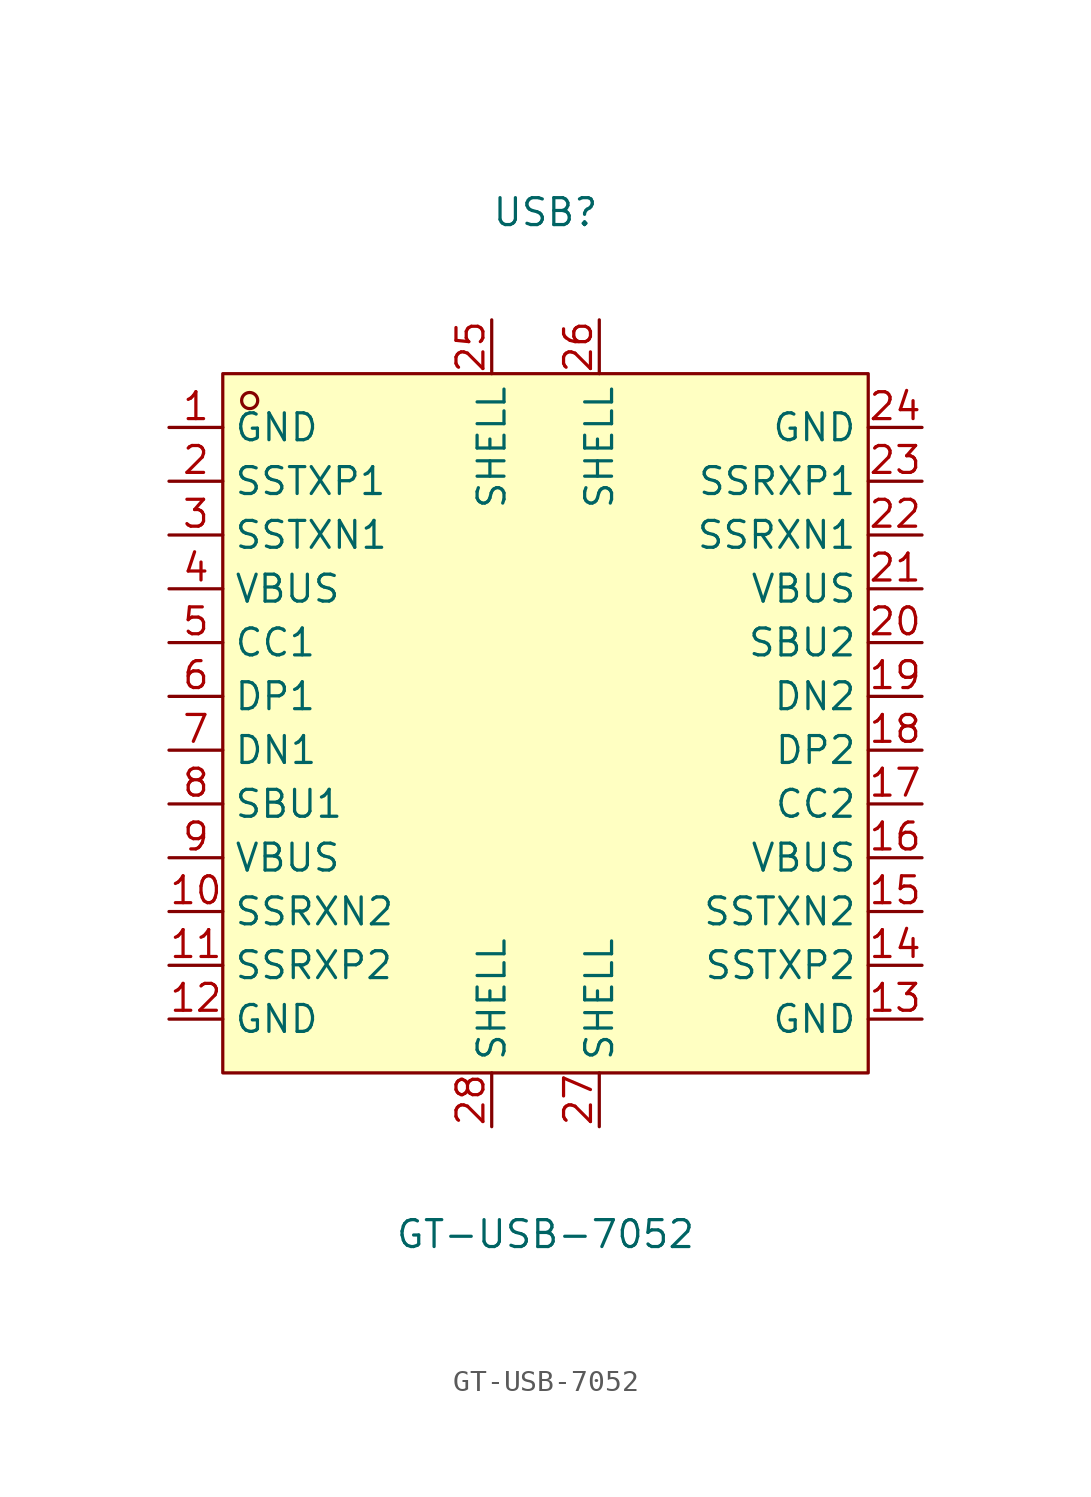
<source format=kicad_sym>
(kicad_symbol_lib
  (version 20211014)
  (generator https://github.com/uPesy/easyeda2kicad.py)
  (symbol "GT-USB-7052"
    (property "Reference" "USB"
      (at 0 25.40 0)
      (effects (font (size 1.27 1.27))))
    (property "Value" "GT-USB-7052"
      (at 0 -22.86 0)
      (effects (font (size 1.27 1.27))))
    (symbol "GT-USB-7052_0_1"
      (rectangle (start -15.24 17.78) (end 15.24 -15.24) (stroke (width 0) (type default) (color 0 0 0 0)) (fill (type background)))
      (circle (center -13.97 16.51) (radius 0.38) (stroke (width 0) (type default) (color 0 0 0 0)) (fill (type none)))
      (pin unspecified line (at -2.54 -17.78 90) (length 2.54) (name "SHELL" (effects (font (size 1.27 1.27)))) (number "28" (effects (font (size 1.27 1.27)))))
      (pin unspecified line (at 2.54 -17.78 90) (length 2.54) (name "SHELL" (effects (font (size 1.27 1.27)))) (number "27" (effects (font (size 1.27 1.27)))))
      (pin unspecified line (at 2.54 20.32 270) (length 2.54) (name "SHELL" (effects (font (size 1.27 1.27)))) (number "26" (effects (font (size 1.27 1.27)))))
      (pin unspecified line (at -17.78 15.24 0) (length 2.54) (name "GND" (effects (font (size 1.27 1.27)))) (number "1" (effects (font (size 1.27 1.27)))))
      (pin unspecified line (at -17.78 12.70 0) (length 2.54) (name "SSTXP1" (effects (font (size 1.27 1.27)))) (number "2" (effects (font (size 1.27 1.27)))))
      (pin unspecified line (at -17.78 10.16 0) (length 2.54) (name "SSTXN1" (effects (font (size 1.27 1.27)))) (number "3" (effects (font (size 1.27 1.27)))))
      (pin unspecified line (at -17.78 7.62 0) (length 2.54) (name "VBUS" (effects (font (size 1.27 1.27)))) (number "4" (effects (font (size 1.27 1.27)))))
      (pin unspecified line (at -17.78 5.08 0) (length 2.54) (name "CC1" (effects (font (size 1.27 1.27)))) (number "5" (effects (font (size 1.27 1.27)))))
      (pin unspecified line (at -17.78 2.54 0) (length 2.54) (name "DP1" (effects (font (size 1.27 1.27)))) (number "6" (effects (font (size 1.27 1.27)))))
      (pin unspecified line (at -17.78 -0.00 0) (length 2.54) (name "DN1" (effects (font (size 1.27 1.27)))) (number "7" (effects (font (size 1.27 1.27)))))
      (pin unspecified line (at -17.78 -2.54 0) (length 2.54) (name "SBU1" (effects (font (size 1.27 1.27)))) (number "8" (effects (font (size 1.27 1.27)))))
      (pin unspecified line (at -17.78 -5.08 0) (length 2.54) (name "VBUS" (effects (font (size 1.27 1.27)))) (number "9" (effects (font (size 1.27 1.27)))))
      (pin unspecified line (at -17.78 -7.62 0) (length 2.54) (name "SSRXN2" (effects (font (size 1.27 1.27)))) (number "10" (effects (font (size 1.27 1.27)))))
      (pin unspecified line (at -17.78 -10.16 0) (length 2.54) (name "SSRXP2" (effects (font (size 1.27 1.27)))) (number "11" (effects (font (size 1.27 1.27)))))
      (pin unspecified line (at -17.78 -12.70 0) (length 2.54) (name "GND" (effects (font (size 1.27 1.27)))) (number "12" (effects (font (size 1.27 1.27)))))
      (pin unspecified line (at 17.78 -12.70 180) (length 2.54) (name "GND" (effects (font (size 1.27 1.27)))) (number "13" (effects (font (size 1.27 1.27)))))
      (pin unspecified line (at 17.78 -10.16 180) (length 2.54) (name "SSTXP2" (effects (font (size 1.27 1.27)))) (number "14" (effects (font (size 1.27 1.27)))))
      (pin unspecified line (at 17.78 -7.62 180) (length 2.54) (name "SSTXN2" (effects (font (size 1.27 1.27)))) (number "15" (effects (font (size 1.27 1.27)))))
      (pin unspecified line (at 17.78 -5.08 180) (length 2.54) (name "VBUS" (effects (font (size 1.27 1.27)))) (number "16" (effects (font (size 1.27 1.27)))))
      (pin unspecified line (at 17.78 -2.54 180) (length 2.54) (name "CC2" (effects (font (size 1.27 1.27)))) (number "17" (effects (font (size 1.27 1.27)))))
      (pin unspecified line (at 17.78 -0.00 180) (length 2.54) (name "DP2" (effects (font (size 1.27 1.27)))) (number "18" (effects (font (size 1.27 1.27)))))
      (pin unspecified line (at 17.78 2.54 180) (length 2.54) (name "DN2" (effects (font (size 1.27 1.27)))) (number "19" (effects (font (size 1.27 1.27)))))
      (pin unspecified line (at 17.78 5.08 180) (length 2.54) (name "SBU2" (effects (font (size 1.27 1.27)))) (number "20" (effects (font (size 1.27 1.27)))))
      (pin unspecified line (at 17.78 7.62 180) (length 2.54) (name "VBUS" (effects (font (size 1.27 1.27)))) (number "21" (effects (font (size 1.27 1.27)))))
      (pin unspecified line (at 17.78 10.16 180) (length 2.54) (name "SSRXN1" (effects (font (size 1.27 1.27)))) (number "22" (effects (font (size 1.27 1.27)))))
      (pin unspecified line (at 17.78 12.70 180) (length 2.54) (name "SSRXP1" (effects (font (size 1.27 1.27)))) (number "23" (effects (font (size 1.27 1.27)))))
      (pin unspecified line (at 17.78 15.24 180) (length 2.54) (name "GND" (effects (font (size 1.27 1.27)))) (number "24" (effects (font (size 1.27 1.27)))))
      (pin unspecified line (at -2.54 20.32 270) (length 2.54) (name "SHELL" (effects (font (size 1.27 1.27)))) (number "25" (effects (font (size 1.27 1.27))))))))
</source>
